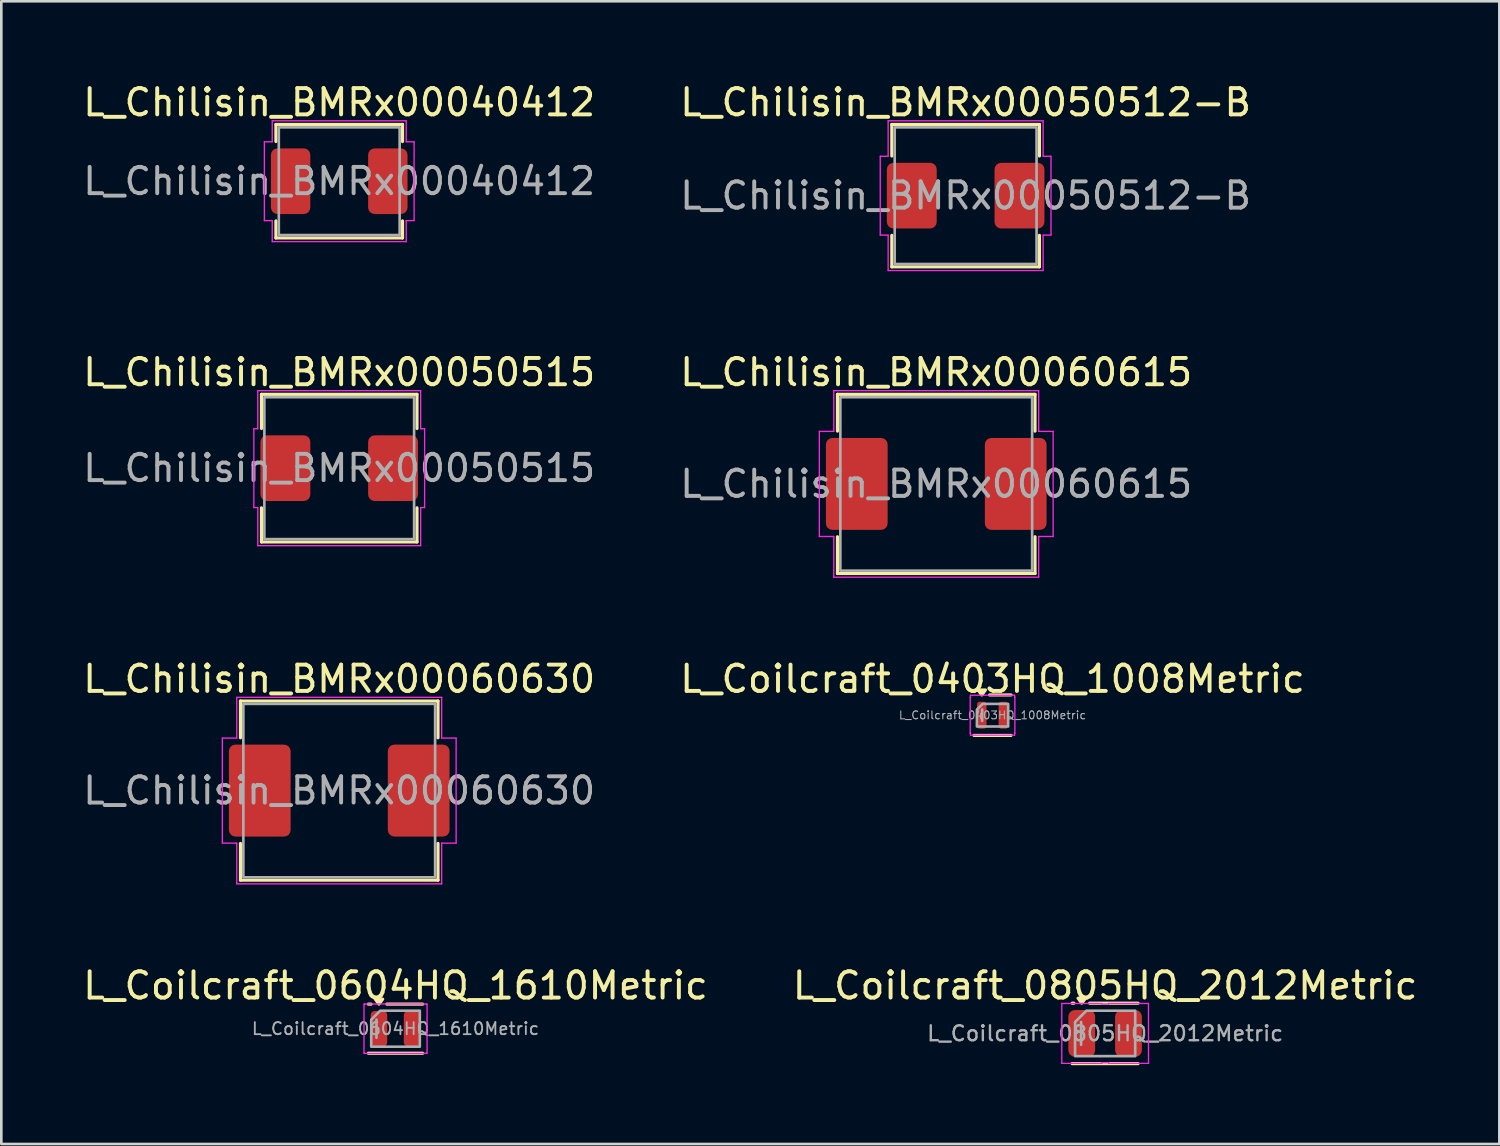
<source format=kicad_pcb>
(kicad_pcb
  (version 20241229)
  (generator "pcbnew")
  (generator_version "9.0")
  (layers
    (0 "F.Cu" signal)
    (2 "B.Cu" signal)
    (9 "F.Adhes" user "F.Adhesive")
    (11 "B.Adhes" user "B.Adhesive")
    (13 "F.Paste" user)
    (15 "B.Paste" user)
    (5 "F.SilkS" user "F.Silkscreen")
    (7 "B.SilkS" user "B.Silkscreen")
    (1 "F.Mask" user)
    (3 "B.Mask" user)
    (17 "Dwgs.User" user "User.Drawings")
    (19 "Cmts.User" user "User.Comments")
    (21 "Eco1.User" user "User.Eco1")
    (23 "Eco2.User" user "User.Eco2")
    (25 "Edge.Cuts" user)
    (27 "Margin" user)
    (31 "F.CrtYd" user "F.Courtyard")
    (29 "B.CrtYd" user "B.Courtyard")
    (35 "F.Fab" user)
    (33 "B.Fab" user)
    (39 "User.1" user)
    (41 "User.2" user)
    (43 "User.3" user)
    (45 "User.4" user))
  (footprint "L_Coilcraft_0604HQ_1610Metric"
    (layer "F.Cu")
    (at 12.006 36.108)
    (property "Reference" "L_Coilcraft_0604HQ_1610Metric" (at 0 -1.64 0) (layer "F.SilkS") (effects (font (size 1 1) (thickness 0.15))))
    (attr smd)
    (fp_line (start -1.035 -0.935) (end -0.928 -0.935) (stroke (width 0.12) (type solid)) (layer "F.SilkS"))
    (fp_line (start -0.332 -0.935) (end 1.035 -0.935) (stroke (width 0.12) (type solid)) (layer "F.SilkS"))
    (fp_line (start 1.035 0.935) (end -1.035 0.935) (stroke (width 0.12) (type solid)) (layer "F.SilkS"))
    (fp_poly (pts (xy -0.63 -0.935) (xy -0.77 -1.125) (xy -0.49 -1.125)) (stroke (width 0.12) (type solid)) (fill yes) (layer "F.SilkS"))
    (fp_line (start -1.2 -0.93) (end -1.18 -0.93) (stroke (width 0.05) (type solid)) (layer "F.CrtYd"))
    (fp_line (start -1.2 0.93) (end -1.2 -0.93) (stroke (width 0.05) (type solid)) (layer "F.CrtYd"))
    (fp_line (start -1.18 -0.94) (end 1.18 -0.94) (stroke (width 0.05) (type solid)) (layer "F.CrtYd"))
    (fp_line (start -1.18 -0.93) (end -1.18 -0.94) (stroke (width 0.05) (type solid)) (layer "F.CrtYd"))
    (fp_line (start -1.18 0.93) (end -1.2 0.93) (stroke (width 0.05) (type solid)) (layer "F.CrtYd"))
    (fp_line (start -1.18 0.94) (end -1.18 0.93) (stroke (width 0.05) (type solid)) (layer "F.CrtYd"))
    (fp_line (start 1.18 -0.94) (end 1.18 -0.93) (stroke (width 0.05) (type solid)) (layer "F.CrtYd"))
    (fp_line (start 1.18 -0.93) (end 1.2 -0.93) (stroke (width 0.05) (type solid)) (layer "F.CrtYd"))
    (fp_line (start 1.18 0.93) (end 1.18 0.94) (stroke (width 0.05) (type solid)) (layer "F.CrtYd"))
    (fp_line (start 1.18 0.94) (end -1.18 0.94) (stroke (width 0.05) (type solid)) (layer "F.CrtYd"))
    (fp_line (start 1.2 -0.93) (end 1.2 0.93) (stroke (width 0.05) (type solid)) (layer "F.CrtYd"))
    (fp_line (start 1.2 0.93) (end 1.18 0.93) (stroke (width 0.05) (type solid)) (layer "F.CrtYd"))
    (fp_line (start -0.725 0.343) (end -0.725 -0.343) (stroke (width 0.1) (type solid)) (layer "F.Fab"))
    (fp_poly (pts (xy -0.925 -0.343) (xy -0.925 0.685) (xy 0.925 0.685) (xy 0.925 -0.685) (xy -0.583 -0.685)) (stroke (width 0.1) (type solid)) (fill no) (layer "F.Fab"))
    (fp_text user "${REFERENCE}" (at 0 0 0) (layer "F.Fab") (effects (font (size 0.46 0.46) (thickness 0.07))))
    (pad "1" smd roundrect (at -0.63 0) (size 0.63 1.35) (layers "F.Cu" "F.Mask" "F.Paste") (roundrect_rratio 0.25))
    (pad "2" smd roundrect (at 0.63 0) (size 0.63 1.35) (layers "F.Cu" "F.Mask" "F.Paste") (roundrect_rratio 0.25)))
  (footprint "L_Chilisin_BMRx00050512-B"
    (layer "F.Cu")
    (at 33.708 4.398)
    (property "Reference" "L_Chilisin_BMRx00050512-B" (at 0 -3.55 0) (layer "F.SilkS") (effects (font (size 1 1) (thickness 0.15))))
    (attr smd)
    (fp_line (start -2.81 -2.71) (end 2.81 -2.71) (stroke (width 0.12) (type solid)) (layer "F.SilkS"))
    (fp_line (start -2.81 -1.51) (end -2.81 -2.71) (stroke (width 0.12) (type solid)) (layer "F.SilkS"))
    (fp_line (start -2.81 2.71) (end -2.81 1.51) (stroke (width 0.12) (type solid)) (layer "F.SilkS"))
    (fp_line (start 2.81 -2.71) (end 2.81 -1.51) (stroke (width 0.12) (type solid)) (layer "F.SilkS"))
    (fp_line (start 2.81 1.51) (end 2.81 2.71) (stroke (width 0.12) (type solid)) (layer "F.SilkS"))
    (fp_line (start 2.81 2.71) (end -2.81 2.71) (stroke (width 0.12) (type solid)) (layer "F.SilkS"))
    (fp_line (start -3.25 -1.5) (end -2.95 -1.5) (stroke (width 0.05) (type solid)) (layer "F.CrtYd"))
    (fp_line (start -3.25 1.5) (end -3.25 -1.5) (stroke (width 0.05) (type solid)) (layer "F.CrtYd"))
    (fp_line (start -2.95 -2.85) (end 2.95 -2.85) (stroke (width 0.05) (type solid)) (layer "F.CrtYd"))
    (fp_line (start -2.95 -1.5) (end -2.95 -2.85) (stroke (width 0.05) (type solid)) (layer "F.CrtYd"))
    (fp_line (start -2.95 1.5) (end -3.25 1.5) (stroke (width 0.05) (type solid)) (layer "F.CrtYd"))
    (fp_line (start -2.95 2.85) (end -2.95 1.5) (stroke (width 0.05) (type solid)) (layer "F.CrtYd"))
    (fp_line (start 2.95 -2.85) (end 2.95 -1.5) (stroke (width 0.05) (type solid)) (layer "F.CrtYd"))
    (fp_line (start 2.95 -1.5) (end 3.25 -1.5) (stroke (width 0.05) (type solid)) (layer "F.CrtYd"))
    (fp_line (start 2.95 1.5) (end 2.95 2.85) (stroke (width 0.05) (type solid)) (layer "F.CrtYd"))
    (fp_line (start 2.95 2.85) (end -2.95 2.85) (stroke (width 0.05) (type solid)) (layer "F.CrtYd"))
    (fp_line (start 3.25 -1.5) (end 3.25 1.5) (stroke (width 0.05) (type solid)) (layer "F.CrtYd"))
    (fp_line (start 3.25 1.5) (end 2.95 1.5) (stroke (width 0.05) (type solid)) (layer "F.CrtYd"))
    (fp_rect (start -2.7 -2.6) (end 2.7 2.6) (stroke (width 0.1) (type solid)) (fill no) (layer "F.Fab"))
    (fp_text user "${REFERENCE}" (at 0 0 0) (layer "F.Fab") (effects (font (size 1 1) (thickness 0.15))))
    (pad "1" smd roundrect (at -2.05 0) (size 1.9 2.5) (layers "F.Cu" "F.Mask" "F.Paste") (roundrect_rratio 0.132))
    (pad "2" smd roundrect (at 2.05 0) (size 1.9 2.5) (layers "F.Cu" "F.Mask" "F.Paste") (roundrect_rratio 0.132)))
  (footprint "L_Chilisin_BMRx00050515"
    (layer "F.Cu")
    (at 9.863 14.771)
    (property "Reference" "L_Chilisin_BMRx00050515" (at 0 -3.65 0) (layer "F.SilkS") (effects (font (size 1 1) (thickness 0.15))))
    (attr smd)
    (fp_line (start -2.96 -2.81) (end 2.96 -2.81) (stroke (width 0.12) (type solid)) (layer "F.SilkS"))
    (fp_line (start -2.96 -1.51) (end -2.96 -2.81) (stroke (width 0.12) (type solid)) (layer "F.SilkS"))
    (fp_line (start -2.96 2.81) (end -2.96 1.51) (stroke (width 0.12) (type solid)) (layer "F.SilkS"))
    (fp_line (start 2.96 -2.81) (end 2.96 -1.51) (stroke (width 0.12) (type solid)) (layer "F.SilkS"))
    (fp_line (start 2.96 1.51) (end 2.96 2.81) (stroke (width 0.12) (type solid)) (layer "F.SilkS"))
    (fp_line (start 2.96 2.81) (end -2.96 2.81) (stroke (width 0.12) (type solid)) (layer "F.SilkS"))
    (fp_line (start -3.25 -1.5) (end -3.1 -1.5) (stroke (width 0.05) (type solid)) (layer "F.CrtYd"))
    (fp_line (start -3.25 1.5) (end -3.25 -1.5) (stroke (width 0.05) (type solid)) (layer "F.CrtYd"))
    (fp_line (start -3.1 -2.95) (end 3.1 -2.95) (stroke (width 0.05) (type solid)) (layer "F.CrtYd"))
    (fp_line (start -3.1 -1.5) (end -3.1 -2.95) (stroke (width 0.05) (type solid)) (layer "F.CrtYd"))
    (fp_line (start -3.1 1.5) (end -3.25 1.5) (stroke (width 0.05) (type solid)) (layer "F.CrtYd"))
    (fp_line (start -3.1 2.95) (end -3.1 1.5) (stroke (width 0.05) (type solid)) (layer "F.CrtYd"))
    (fp_line (start 3.1 -2.95) (end 3.1 -1.5) (stroke (width 0.05) (type solid)) (layer "F.CrtYd"))
    (fp_line (start 3.1 -1.5) (end 3.25 -1.5) (stroke (width 0.05) (type solid)) (layer "F.CrtYd"))
    (fp_line (start 3.1 1.5) (end 3.1 2.95) (stroke (width 0.05) (type solid)) (layer "F.CrtYd"))
    (fp_line (start 3.1 2.95) (end -3.1 2.95) (stroke (width 0.05) (type solid)) (layer "F.CrtYd"))
    (fp_line (start 3.25 -1.5) (end 3.25 1.5) (stroke (width 0.05) (type solid)) (layer "F.CrtYd"))
    (fp_line (start 3.25 1.5) (end 3.1 1.5) (stroke (width 0.05) (type solid)) (layer "F.CrtYd"))
    (fp_rect (start -2.85 -2.7) (end 2.85 2.7) (stroke (width 0.1) (type solid)) (fill no) (layer "F.Fab"))
    (fp_text user "${REFERENCE}" (at 0 0 0) (layer "F.Fab") (effects (font (size 1 1) (thickness 0.15))))
    (pad "1" smd roundrect (at -2.05 0) (size 1.9 2.5) (layers "F.Cu" "F.Mask" "F.Paste") (roundrect_rratio 0.132))
    (pad "2" smd roundrect (at 2.05 0) (size 1.9 2.5) (layers "F.Cu" "F.Mask" "F.Paste") (roundrect_rratio 0.132)))
  (footprint "L_Chilisin_BMRx00060630"
    (layer "F.Cu")
    (at 9.863 27.045)
    (property "Reference" "L_Chilisin_BMRx00060630" (at 0 -4.25 0) (layer "F.SilkS") (effects (font (size 1 1) (thickness 0.15))))
    (attr smd)
    (fp_line (start -3.76 -3.41) (end 3.76 -3.41) (stroke (width 0.12) (type solid)) (layer "F.SilkS"))
    (fp_line (start -3.76 -2.01) (end -3.76 -3.41) (stroke (width 0.12) (type solid)) (layer "F.SilkS"))
    (fp_line (start -3.76 3.41) (end -3.76 2.01) (stroke (width 0.12) (type solid)) (layer "F.SilkS"))
    (fp_line (start 3.76 -3.41) (end 3.76 -2.01) (stroke (width 0.12) (type solid)) (layer "F.SilkS"))
    (fp_line (start 3.76 2.01) (end 3.76 3.41) (stroke (width 0.12) (type solid)) (layer "F.SilkS"))
    (fp_line (start 3.76 3.41) (end -3.76 3.41) (stroke (width 0.12) (type solid)) (layer "F.SilkS"))
    (fp_line (start -4.45 -2) (end -3.9 -2) (stroke (width 0.05) (type solid)) (layer "F.CrtYd"))
    (fp_line (start -4.45 2) (end -4.45 -2) (stroke (width 0.05) (type solid)) (layer "F.CrtYd"))
    (fp_line (start -3.9 -3.55) (end 3.9 -3.55) (stroke (width 0.05) (type solid)) (layer "F.CrtYd"))
    (fp_line (start -3.9 -2) (end -3.9 -3.55) (stroke (width 0.05) (type solid)) (layer "F.CrtYd"))
    (fp_line (start -3.9 2) (end -4.45 2) (stroke (width 0.05) (type solid)) (layer "F.CrtYd"))
    (fp_line (start -3.9 3.55) (end -3.9 2) (stroke (width 0.05) (type solid)) (layer "F.CrtYd"))
    (fp_line (start 3.9 -3.55) (end 3.9 -2) (stroke (width 0.05) (type solid)) (layer "F.CrtYd"))
    (fp_line (start 3.9 -2) (end 4.45 -2) (stroke (width 0.05) (type solid)) (layer "F.CrtYd"))
    (fp_line (start 3.9 2) (end 3.9 3.55) (stroke (width 0.05) (type solid)) (layer "F.CrtYd"))
    (fp_line (start 3.9 3.55) (end -3.9 3.55) (stroke (width 0.05) (type solid)) (layer "F.CrtYd"))
    (fp_line (start 4.45 -2) (end 4.45 2) (stroke (width 0.05) (type solid)) (layer "F.CrtYd"))
    (fp_line (start 4.45 2) (end 3.9 2) (stroke (width 0.05) (type solid)) (layer "F.CrtYd"))
    (fp_rect (start -3.65 -3.3) (end 3.65 3.3) (stroke (width 0.1) (type solid)) (fill no) (layer "F.Fab"))
    (fp_text user "${REFERENCE}" (at 0 0 0) (layer "F.Fab") (effects (font (size 1 1) (thickness 0.15))))
    (pad "1" smd roundrect (at -3.025 0) (size 2.35 3.5) (layers "F.Cu" "F.Mask" "F.Paste") (roundrect_rratio 0.106))
    (pad "2" smd roundrect (at 3.025 0) (size 2.35 3.5) (layers "F.Cu" "F.Mask" "F.Paste") (roundrect_rratio 0.106)))
  (footprint "L_Coilcraft_0805HQ_2012Metric"
    (layer "F.Cu")
    (at 39.018 36.288)
    (property "Reference" "L_Coilcraft_0805HQ_2012Metric" (at 0 -1.82 0) (layer "F.SilkS") (effects (font (size 1 1) (thickness 0.15))))
    (attr smd)
    (fp_line (start -1.255 -1.15) (end -1.188 -1.15) (stroke (width 0.12) (type solid)) (layer "F.SilkS"))
    (fp_line (start -0.592 -1.15) (end 1.255 -1.15) (stroke (width 0.12) (type solid)) (layer "F.SilkS"))
    (fp_line (start 1.255 1.15) (end -1.255 1.15) (stroke (width 0.12) (type solid)) (layer "F.SilkS"))
    (fp_poly (pts (xy -0.89 -1.15) (xy -1.03 -1.34) (xy -0.75 -1.34)) (stroke (width 0.12) (type solid)) (fill yes) (layer "F.SilkS"))
    (fp_line (start -1.65 -1.14) (end -0.13 -1.14) (stroke (width 0.05) (type solid)) (layer "F.CrtYd"))
    (fp_line (start -1.65 1.14) (end -1.65 -1.14) (stroke (width 0.05) (type solid)) (layer "F.CrtYd"))
    (fp_line (start -0.13 -1.14) (end -0.13 -1.12) (stroke (width 0.05) (type solid)) (layer "F.CrtYd"))
    (fp_line (start -0.13 -1.12) (end 0.13 -1.12) (stroke (width 0.05) (type solid)) (layer "F.CrtYd"))
    (fp_line (start -0.13 1.12) (end -0.13 1.14) (stroke (width 0.05) (type solid)) (layer "F.CrtYd"))
    (fp_line (start -0.13 1.14) (end -1.65 1.14) (stroke (width 0.05) (type solid)) (layer "F.CrtYd"))
    (fp_line (start 0.13 -1.14) (end 1.65 -1.14) (stroke (width 0.05) (type solid)) (layer "F.CrtYd"))
    (fp_line (start 0.13 -1.12) (end 0.13 -1.14) (stroke (width 0.05) (type solid)) (layer "F.CrtYd"))
    (fp_line (start 0.13 1.12) (end -0.13 1.12) (stroke (width 0.05) (type solid)) (layer "F.CrtYd"))
    (fp_line (start 0.13 1.14) (end 0.13 1.12) (stroke (width 0.05) (type solid)) (layer "F.CrtYd"))
    (fp_line (start 1.65 -1.14) (end 1.65 1.14) (stroke (width 0.05) (type solid)) (layer "F.CrtYd"))
    (fp_line (start 1.65 1.14) (end 0.13 1.14) (stroke (width 0.05) (type solid)) (layer "F.CrtYd"))
    (fp_line (start -0.916 0.432) (end -0.916 -0.432) (stroke (width 0.1) (type solid)) (layer "F.Fab"))
    (fp_poly (pts (xy -1.145 -0.432) (xy -1.145 0.865) (xy 1.145 0.865) (xy 1.145 -0.865) (xy -0.713 -0.865)) (stroke (width 0.1) (type solid)) (fill no) (layer "F.Fab"))
    (fp_text user "${REFERENCE}" (at 0 0 0) (layer "F.Fab") (effects (font (size 0.57 0.57) (thickness 0.09))))
    (pad "1" smd roundrect (at -0.89 0) (size 1.02 1.78) (layers "F.Cu" "F.Mask" "F.Paste") (roundrect_rratio 0.245))
    (pad "2" smd roundrect (at 0.89 0) (size 1.02 1.78) (layers "F.Cu" "F.Mask" "F.Paste") (roundrect_rratio 0.245)))
  (footprint "L_Coilcraft_0403HQ_1008Metric"
    (layer "F.Cu")
    (at 34.732 24.175)
    (property "Reference" "L_Coilcraft_0403HQ_1008Metric" (at 0 -1.38 0) (layer "F.SilkS") (effects (font (size 1 1) (thickness 0.15))))
    (attr smd)
    (fp_line (start -0.112 -0.77) (end 0.705 -0.77) (stroke (width 0.12) (type solid)) (layer "F.SilkS"))
    (fp_line (start 0.705 0.77) (end -0.705 0.77) (stroke (width 0.12) (type solid)) (layer "F.SilkS"))
    (fp_poly (pts (xy -0.41 -0.77) (xy -0.55 -0.96) (xy -0.27 -0.96)) (stroke (width 0.12) (type solid)) (fill yes) (layer "F.SilkS"))
    (fp_line (start -0.85 -0.68) (end -0.84 -0.68) (stroke (width 0.05) (type solid)) (layer "F.CrtYd"))
    (fp_line (start -0.85 0.68) (end -0.85 -0.68) (stroke (width 0.05) (type solid)) (layer "F.CrtYd"))
    (fp_line (start -0.84 -0.76) (end 0.84 -0.76) (stroke (width 0.05) (type solid)) (layer "F.CrtYd"))
    (fp_line (start -0.84 -0.68) (end -0.84 -0.76) (stroke (width 0.05) (type solid)) (layer "F.CrtYd"))
    (fp_line (start -0.84 0.68) (end -0.85 0.68) (stroke (width 0.05) (type solid)) (layer "F.CrtYd"))
    (fp_line (start -0.84 0.76) (end -0.84 0.68) (stroke (width 0.05) (type solid)) (layer "F.CrtYd"))
    (fp_line (start 0.84 -0.76) (end 0.84 -0.68) (stroke (width 0.05) (type solid)) (layer "F.CrtYd"))
    (fp_line (start 0.84 -0.68) (end 0.85 -0.68) (stroke (width 0.05) (type solid)) (layer "F.CrtYd"))
    (fp_line (start 0.84 0.68) (end 0.84 0.76) (stroke (width 0.05) (type solid)) (layer "F.CrtYd"))
    (fp_line (start 0.84 0.76) (end -0.84 0.76) (stroke (width 0.05) (type solid)) (layer "F.CrtYd"))
    (fp_line (start 0.85 -0.68) (end 0.85 0.68) (stroke (width 0.05) (type solid)) (layer "F.CrtYd"))
    (fp_line (start 0.85 0.68) (end 0.84 0.68) (stroke (width 0.05) (type solid)) (layer "F.CrtYd"))
    (fp_line (start -0.395 0.215) (end -0.395 -0.215) (stroke (width 0.1) (type solid)) (layer "F.Fab"))
    (fp_poly (pts (xy -0.595 -0.215) (xy -0.595 0.43) (xy 0.595 0.43) (xy 0.595 -0.43) (xy -0.38 -0.43)) (stroke (width 0.1) (type solid)) (fill no) (layer "F.Fab"))
    (fp_text user "${REFERENCE}" (at 0 0 0) (layer "F.Fab") (effects (font (size 0.3 0.3) (thickness 0.04))))
    (pad "1" smd roundrect (at -0.41 0) (size 0.36 1.02) (layers "F.Cu" "F.Mask" "F.Paste") (roundrect_rratio 0.25))
    (pad "2" smd roundrect (at 0.41 0) (size 0.36 1.02) (layers "F.Cu" "F.Mask" "F.Paste") (roundrect_rratio 0.25)))
  (footprint "L_Chilisin_BMRx00040412"
    (layer "F.Cu")
    (at 9.863 3.848)
    (property "Reference" "L_Chilisin_BMRx00040412" (at 0 -3 0) (layer "F.SilkS") (effects (font (size 1 1) (thickness 0.15))))
    (attr smd)
    (fp_line (start -2.41 -2.16) (end 2.41 -2.16) (stroke (width 0.12) (type solid)) (layer "F.SilkS"))
    (fp_line (start -2.41 -1.51) (end -2.41 -2.16) (stroke (width 0.12) (type solid)) (layer "F.SilkS"))
    (fp_line (start -2.41 2.16) (end -2.41 1.51) (stroke (width 0.12) (type solid)) (layer "F.SilkS"))
    (fp_line (start 2.41 -2.16) (end 2.41 -1.51) (stroke (width 0.12) (type solid)) (layer "F.SilkS"))
    (fp_line (start 2.41 1.51) (end 2.41 2.16) (stroke (width 0.12) (type solid)) (layer "F.SilkS"))
    (fp_line (start 2.41 2.16) (end -2.41 2.16) (stroke (width 0.12) (type solid)) (layer "F.SilkS"))
    (fp_line (start -2.85 -1.5) (end -2.55 -1.5) (stroke (width 0.05) (type solid)) (layer "F.CrtYd"))
    (fp_line (start -2.85 1.5) (end -2.85 -1.5) (stroke (width 0.05) (type solid)) (layer "F.CrtYd"))
    (fp_line (start -2.55 -2.3) (end 2.55 -2.3) (stroke (width 0.05) (type solid)) (layer "F.CrtYd"))
    (fp_line (start -2.55 -1.5) (end -2.55 -2.3) (stroke (width 0.05) (type solid)) (layer "F.CrtYd"))
    (fp_line (start -2.55 1.5) (end -2.85 1.5) (stroke (width 0.05) (type solid)) (layer "F.CrtYd"))
    (fp_line (start -2.55 2.3) (end -2.55 1.5) (stroke (width 0.05) (type solid)) (layer "F.CrtYd"))
    (fp_line (start 2.55 -2.3) (end 2.55 -1.5) (stroke (width 0.05) (type solid)) (layer "F.CrtYd"))
    (fp_line (start 2.55 -1.5) (end 2.85 -1.5) (stroke (width 0.05) (type solid)) (layer "F.CrtYd"))
    (fp_line (start 2.55 1.5) (end 2.55 2.3) (stroke (width 0.05) (type solid)) (layer "F.CrtYd"))
    (fp_line (start 2.55 2.3) (end -2.55 2.3) (stroke (width 0.05) (type solid)) (layer "F.CrtYd"))
    (fp_line (start 2.85 -1.5) (end 2.85 1.5) (stroke (width 0.05) (type solid)) (layer "F.CrtYd"))
    (fp_line (start 2.85 1.5) (end 2.55 1.5) (stroke (width 0.05) (type solid)) (layer "F.CrtYd"))
    (fp_rect (start -2.3 -2.05) (end 2.3 2.05) (stroke (width 0.1) (type solid)) (fill no) (layer "F.Fab"))
    (fp_text user "${REFERENCE}" (at 0 0 0) (layer "F.Fab") (effects (font (size 1 1) (thickness 0.15))))
    (pad "1" smd roundrect (at -1.85 0) (size 1.5 2.5) (layers "F.Cu" "F.Mask" "F.Paste") (roundrect_rratio 0.167))
    (pad "2" smd roundrect (at 1.85 0) (size 1.5 2.5) (layers "F.Cu" "F.Mask" "F.Paste") (roundrect_rratio 0.167)))
  (footprint "L_Chilisin_BMRx00060615"
    (layer "F.Cu")
    (at 32.589 15.371)
    (property "Reference" "L_Chilisin_BMRx00060615" (at 0 -4.25 0) (layer "F.SilkS") (effects (font (size 1 1) (thickness 0.15))))
    (attr smd)
    (fp_line (start -3.76 -3.41) (end 3.76 -3.41) (stroke (width 0.12) (type solid)) (layer "F.SilkS"))
    (fp_line (start -3.76 -2.01) (end -3.76 -3.41) (stroke (width 0.12) (type solid)) (layer "F.SilkS"))
    (fp_line (start -3.76 3.41) (end -3.76 2.01) (stroke (width 0.12) (type solid)) (layer "F.SilkS"))
    (fp_line (start 3.76 -3.41) (end 3.76 -2.01) (stroke (width 0.12) (type solid)) (layer "F.SilkS"))
    (fp_line (start 3.76 2.01) (end 3.76 3.41) (stroke (width 0.12) (type solid)) (layer "F.SilkS"))
    (fp_line (start 3.76 3.41) (end -3.76 3.41) (stroke (width 0.12) (type solid)) (layer "F.SilkS"))
    (fp_line (start -4.45 -2) (end -3.9 -2) (stroke (width 0.05) (type solid)) (layer "F.CrtYd"))
    (fp_line (start -4.45 2) (end -4.45 -2) (stroke (width 0.05) (type solid)) (layer "F.CrtYd"))
    (fp_line (start -3.9 -3.55) (end 3.9 -3.55) (stroke (width 0.05) (type solid)) (layer "F.CrtYd"))
    (fp_line (start -3.9 -2) (end -3.9 -3.55) (stroke (width 0.05) (type solid)) (layer "F.CrtYd"))
    (fp_line (start -3.9 2) (end -4.45 2) (stroke (width 0.05) (type solid)) (layer "F.CrtYd"))
    (fp_line (start -3.9 3.55) (end -3.9 2) (stroke (width 0.05) (type solid)) (layer "F.CrtYd"))
    (fp_line (start 3.9 -3.55) (end 3.9 -2) (stroke (width 0.05) (type solid)) (layer "F.CrtYd"))
    (fp_line (start 3.9 -2) (end 4.45 -2) (stroke (width 0.05) (type solid)) (layer "F.CrtYd"))
    (fp_line (start 3.9 2) (end 3.9 3.55) (stroke (width 0.05) (type solid)) (layer "F.CrtYd"))
    (fp_line (start 3.9 3.55) (end -3.9 3.55) (stroke (width 0.05) (type solid)) (layer "F.CrtYd"))
    (fp_line (start 4.45 -2) (end 4.45 2) (stroke (width 0.05) (type solid)) (layer "F.CrtYd"))
    (fp_line (start 4.45 2) (end 3.9 2) (stroke (width 0.05) (type solid)) (layer "F.CrtYd"))
    (fp_rect (start -3.65 -3.3) (end 3.65 3.3) (stroke (width 0.1) (type solid)) (fill no) (layer "F.Fab"))
    (fp_text user "${REFERENCE}" (at 0 0 0) (layer "F.Fab") (effects (font (size 1 1) (thickness 0.15))))
    (pad "1" smd roundrect (at -3.025 0) (size 2.35 3.5) (layers "F.Cu" "F.Mask" "F.Paste") (roundrect_rratio 0.106))
    (pad "2" smd roundrect (at 3.025 0) (size 2.35 3.5) (layers "F.Cu" "F.Mask" "F.Paste") (roundrect_rratio 0.106)))
  (gr_rect
    (start -3 -3)
    (end 54.024 40.498)
    (stroke (width 0.1) (type default))
    (fill no)
    (layer "Edge.Cuts")))
</source>
